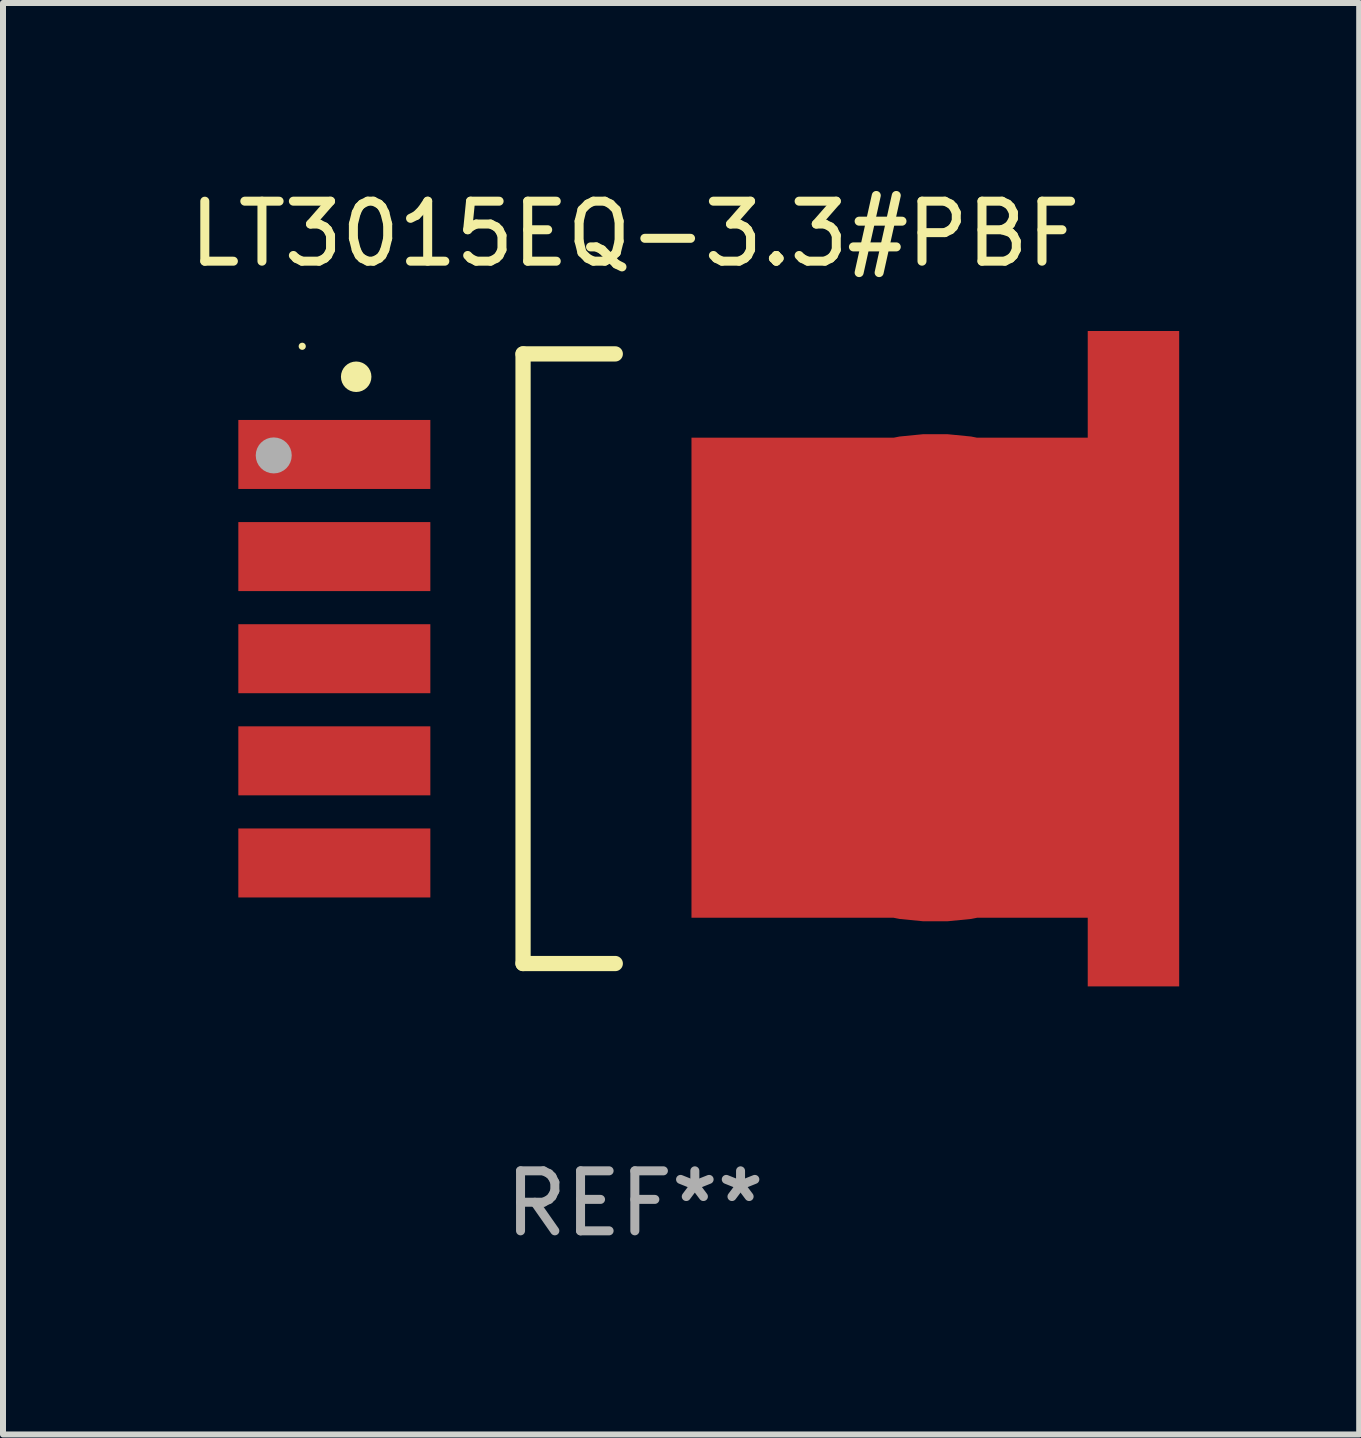
<source format=kicad_pcb>
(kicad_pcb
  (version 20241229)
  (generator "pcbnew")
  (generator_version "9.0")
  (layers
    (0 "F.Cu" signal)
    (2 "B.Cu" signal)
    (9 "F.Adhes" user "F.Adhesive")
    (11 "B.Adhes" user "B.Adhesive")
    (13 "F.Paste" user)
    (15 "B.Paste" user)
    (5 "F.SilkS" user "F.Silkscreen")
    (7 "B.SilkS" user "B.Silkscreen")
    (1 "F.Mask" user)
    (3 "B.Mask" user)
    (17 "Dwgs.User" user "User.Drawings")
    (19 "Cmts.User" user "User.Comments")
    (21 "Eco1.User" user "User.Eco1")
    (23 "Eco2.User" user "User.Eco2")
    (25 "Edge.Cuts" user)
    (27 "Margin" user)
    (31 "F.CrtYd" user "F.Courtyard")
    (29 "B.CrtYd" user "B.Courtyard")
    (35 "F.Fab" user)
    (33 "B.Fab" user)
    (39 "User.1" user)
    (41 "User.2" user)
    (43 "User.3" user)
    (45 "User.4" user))
  (footprint "LT3015EQ-3.3#PBF"
    (layer "F.Cu")
    (at 7.53 7.928)
    (property "Reference" "LT3015EQ-3.3#PBF" (at 0 -7.08 0) (layer "F.SilkS") (effects (font (size 1 1) (thickness 0.15))))
    (attr through_hole)
    (fp_line (start -1.863 -5.08) (end -0.326 -5.08) (stroke (width 0.254) (type solid)) (layer "F.SilkS"))
    (fp_line (start -1.863 5.08) (end -1.863 -5.08) (stroke (width 0.254) (type solid)) (layer "F.SilkS"))
    (fp_line (start -0.326 5.08) (end -1.863 5.08) (stroke (width 0.254) (type solid)) (layer "F.SilkS"))
    (fp_circle (center -5.543 -5.207) (end -5.513 -5.207) (stroke (width 0.06) (type solid)) (fill no) (layer "F.SilkS"))
    (fp_circle (center -4.644 -4.699) (end -4.517 -4.699) (stroke (width 0.254) (type solid)) (fill no) (layer "F.SilkS"))
    (fp_circle (center -6.018 -3.388) (end -5.868 -3.388) (stroke (width 0.3) (type solid)) (fill no) (layer "F.Fab"))
    (fp_text user "REF**" (at 0 9.08 0) (layer "F.Fab") (effects (font (size 1 1) (thickness 0.15))))
    (pad "1" smd rect (at -5.008 -3.404) (size 3.2 1.15) (layers "F.Cu" "F.Mask" "F.Paste"))
    (pad "2" smd rect (at -5.008 -1.702) (size 3.2 1.15) (layers "F.Cu" "F.Mask" "F.Paste"))
    (pad "3" smd rect (at -5.008 -0.000025) (size 3.2 1.15) (layers "F.Cu" "F.Mask" "F.Paste"))
    (pad "4" smd rect (at -5.008 1.702) (size 3.2 1.15) (layers "F.Cu" "F.Mask" "F.Paste"))
    (pad "5" smd rect (at -5.008 3.404) (size 3.2 1.15) (layers "F.Cu" "F.Mask" "F.Paste"))
    (pad "6" smd custom (at 5.008 0.317) (size 8.128 10.922) (layers "F.Cu" "F.Mask" "F.Paste") (options (anchor circle)) (primitives (gr_poly (pts (xy -4.064 -4.001) (xy 2.54 -4.001) (xy 2.54 -5.779) (xy 4.064 -5.779) (xy 4.064 5.144) (xy 2.54 5.144) (xy 2.54 4) (xy -4.064 4)) (width 0) (fill yes)))))
  (gr_rect
    (start -3 -3)
    (end 19.602 20.857)
    (stroke (width 0.1) (type default))
    (fill no)
    (layer "Edge.Cuts")))
</source>
